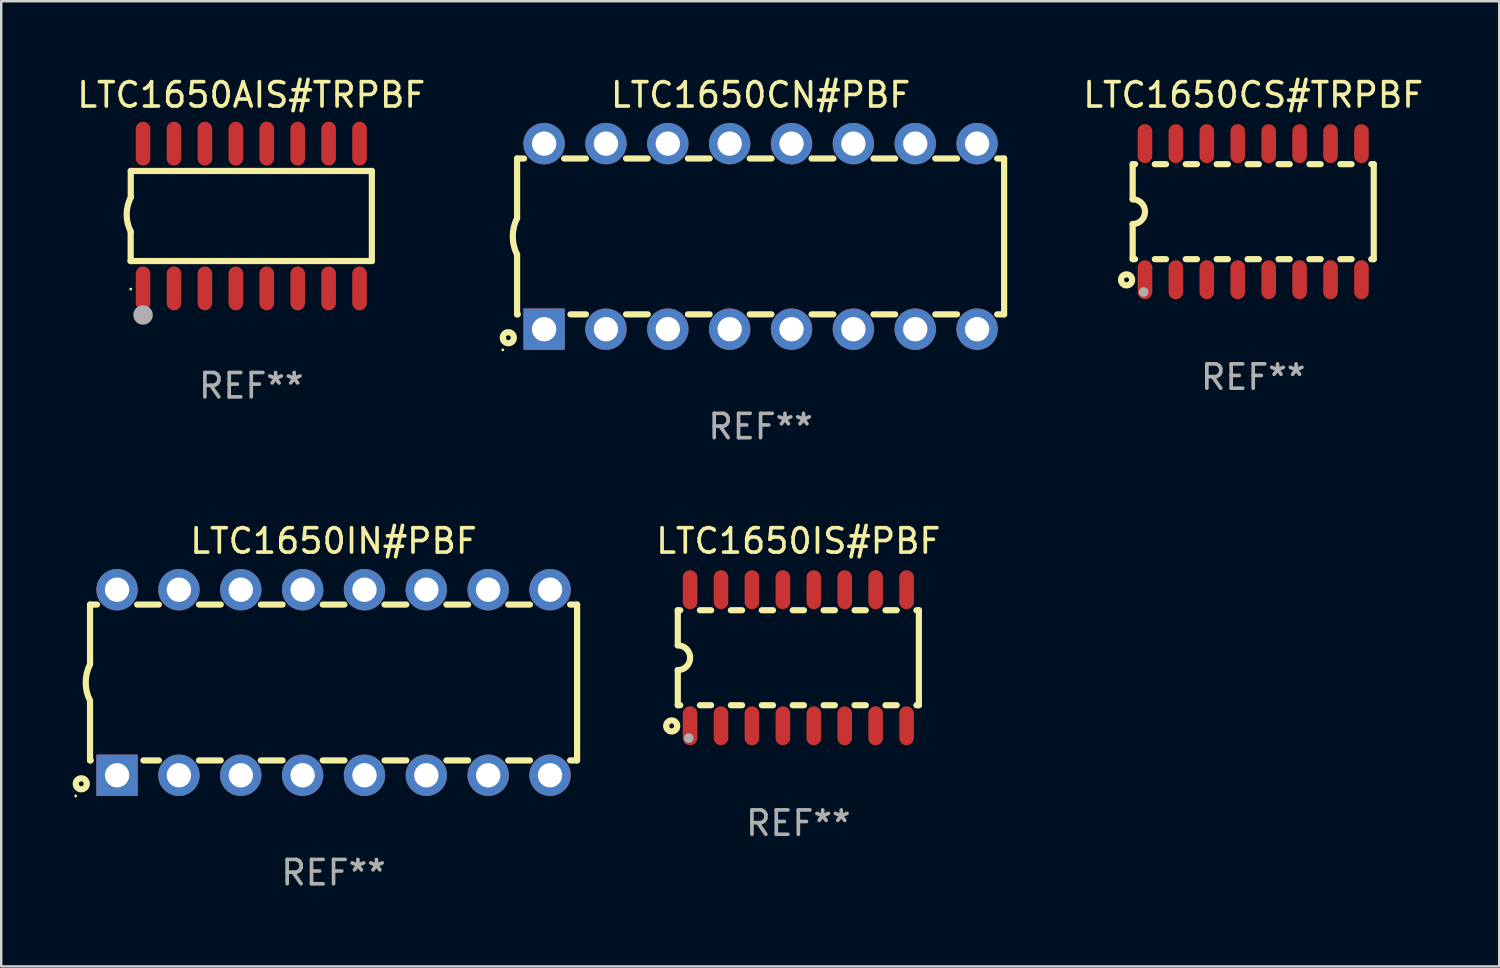
<source format=kicad_pcb>
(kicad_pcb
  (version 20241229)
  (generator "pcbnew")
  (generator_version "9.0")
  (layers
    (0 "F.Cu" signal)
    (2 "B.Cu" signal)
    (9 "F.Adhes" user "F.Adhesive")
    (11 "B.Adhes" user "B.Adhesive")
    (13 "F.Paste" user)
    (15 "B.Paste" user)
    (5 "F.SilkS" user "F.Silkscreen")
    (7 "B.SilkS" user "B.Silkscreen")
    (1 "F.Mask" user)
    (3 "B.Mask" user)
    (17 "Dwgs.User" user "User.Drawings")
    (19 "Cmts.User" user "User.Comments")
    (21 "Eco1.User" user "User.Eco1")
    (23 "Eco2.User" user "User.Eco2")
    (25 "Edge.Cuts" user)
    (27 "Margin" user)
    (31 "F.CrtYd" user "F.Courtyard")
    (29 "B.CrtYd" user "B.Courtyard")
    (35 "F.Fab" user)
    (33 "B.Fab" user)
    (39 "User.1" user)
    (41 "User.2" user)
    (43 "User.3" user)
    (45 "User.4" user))
  (footprint "LTC1650IN#PBF"
    (layer "F.Cu")
    (at 10.647 24.975)
    (property "Reference" "LTC1650IN#PBF" (at 0 -5.81 0) (layer "F.SilkS") (effects (font (size 1 1) (thickness 0.15))))
    (attr through_hole)
    (fp_line (start -10 -3.2) (end -10 -0.75) (stroke (width 0.254) (type solid)) (layer "F.SilkS"))
    (fp_line (start -10 -3.2) (end -9.713 -3.2) (stroke (width 0.254) (type solid)) (layer "F.SilkS"))
    (fp_line (start -10 3.2) (end -10 0.75) (stroke (width 0.254) (type solid)) (layer "F.SilkS"))
    (fp_line (start -10 3.2) (end -9.971 3.2) (stroke (width 0.254) (type solid)) (layer "F.SilkS"))
    (fp_line (start -8.067 -3.2) (end -7.173 -3.2) (stroke (width 0.254) (type solid)) (layer "F.SilkS"))
    (fp_line (start -7.809 3.2) (end -7.173 3.2) (stroke (width 0.254) (type solid)) (layer "F.SilkS"))
    (fp_line (start -5.527 3.2) (end -4.633 3.2) (stroke (width 0.254) (type solid)) (layer "F.SilkS"))
    (fp_line (start -5.527 -3.2) (end -4.633 -3.2) (stroke (width 0.254) (type solid)) (layer "F.SilkS"))
    (fp_line (start -2.987 3.2) (end -2.093 3.2) (stroke (width 0.254) (type solid)) (layer "F.SilkS"))
    (fp_line (start -2.987 -3.2) (end -2.093 -3.2) (stroke (width 0.254) (type solid)) (layer "F.SilkS"))
    (fp_line (start -0.447 3.2) (end 0.447 3.2) (stroke (width 0.254) (type solid)) (layer "F.SilkS"))
    (fp_line (start -0.447 -3.2) (end 0.447 -3.2) (stroke (width 0.254) (type solid)) (layer "F.SilkS"))
    (fp_line (start 2.093 3.2) (end 2.987 3.2) (stroke (width 0.254) (type solid)) (layer "F.SilkS"))
    (fp_line (start 2.093 -3.2) (end 2.987 -3.2) (stroke (width 0.254) (type solid)) (layer "F.SilkS"))
    (fp_line (start 4.633 3.2) (end 5.527 3.2) (stroke (width 0.254) (type solid)) (layer "F.SilkS"))
    (fp_line (start 4.633 -3.2) (end 5.527 -3.2) (stroke (width 0.254) (type solid)) (layer "F.SilkS"))
    (fp_line (start 7.173 3.2) (end 8.067 3.2) (stroke (width 0.254) (type solid)) (layer "F.SilkS"))
    (fp_line (start 7.173 -3.2) (end 8.067 -3.2) (stroke (width 0.254) (type solid)) (layer "F.SilkS"))
    (fp_line (start 9.713 3.2) (end 10 3.2) (stroke (width 0.254) (type solid)) (layer "F.SilkS"))
    (fp_line (start 9.713 -3.2) (end 10 -3.2) (stroke (width 0.254) (type solid)) (layer "F.SilkS"))
    (fp_line (start 10 -3.2) (end 10 3.2) (stroke (width 0.254) (type solid)) (layer "F.SilkS"))
    (fp_arc (start -10 0.748793) (mid -10.176918 -0.000607) (end -10.000025 -0.750013) (stroke (width 0.254001) (type solid)) (layer "F.SilkS"))
    (fp_circle (center -10.587 4.66) (end -10.557 4.66) (stroke (width 0.06) (type solid)) (fill no) (layer "F.SilkS"))
    (fp_circle (center -10.36 4.16) (end -10.26 4.16) (stroke (width 0.254) (type solid)) (fill no) (layer "F.SilkS"))
    (fp_text user "REF**" (at 0 7.81 0) (layer "F.Fab") (effects (font (size 1 1) (thickness 0.15))))
    (pad "1" thru_hole rect (at -8.89 3.81 90) (size 1.7 1.7) (drill 1) (layers "*.Cu" "*.Mask"))
    (pad "2" thru_hole circle (at -6.35 3.81) (size 1.7 1.7) (drill 1) (layers "*.Cu" "*.Mask"))
    (pad "3" thru_hole circle (at -3.81 3.81) (size 1.7 1.7) (drill 1) (layers "*.Cu" "*.Mask"))
    (pad "4" thru_hole circle (at -1.27 3.81) (size 1.7 1.7) (drill 1) (layers "*.Cu" "*.Mask"))
    (pad "5" thru_hole circle (at 1.27 3.81) (size 1.7 1.7) (drill 1) (layers "*.Cu" "*.Mask"))
    (pad "6" thru_hole circle (at 3.81 3.81) (size 1.7 1.7) (drill 1) (layers "*.Cu" "*.Mask"))
    (pad "7" thru_hole circle (at 6.35 3.81) (size 1.7 1.7) (drill 1) (layers "*.Cu" "*.Mask"))
    (pad "8" thru_hole circle (at 8.89 3.81) (size 1.7 1.7) (drill 1) (layers "*.Cu" "*.Mask"))
    (pad "9" thru_hole circle (at 8.89 -3.81) (size 1.7 1.7) (drill 1) (layers "*.Cu" "*.Mask"))
    (pad "10" thru_hole circle (at 6.35 -3.81) (size 1.7 1.7) (drill 1) (layers "*.Cu" "*.Mask"))
    (pad "11" thru_hole circle (at 3.81 -3.81) (size 1.7 1.7) (drill 1) (layers "*.Cu" "*.Mask"))
    (pad "12" thru_hole circle (at 1.27 -3.81) (size 1.7 1.7) (drill 1) (layers "*.Cu" "*.Mask"))
    (pad "13" thru_hole circle (at -1.27 -3.81) (size 1.7 1.7) (drill 1) (layers "*.Cu" "*.Mask"))
    (pad "14" thru_hole circle (at -3.81 -3.81) (size 1.7 1.7) (drill 1) (layers "*.Cu" "*.Mask"))
    (pad "15" thru_hole circle (at -6.35 -3.81) (size 1.7 1.7) (drill 1) (layers "*.Cu" "*.Mask"))
    (pad "16" thru_hole circle (at -8.89 -3.81) (size 1.7 1.7) (drill 1) (layers "*.Cu" "*.Mask")))
  (footprint "LTC1650CN#PBF"
    (layer "F.Cu")
    (at 28.183 6.658)
    (property "Reference" "LTC1650CN#PBF" (at 0 -5.81 0) (layer "F.SilkS") (effects (font (size 1 1) (thickness 0.15))))
    (attr through_hole)
    (fp_line (start -10 -3.2) (end -10 -0.75) (stroke (width 0.254) (type solid)) (layer "F.SilkS"))
    (fp_line (start -10 -3.2) (end -9.713 -3.2) (stroke (width 0.254) (type solid)) (layer "F.SilkS"))
    (fp_line (start -10 3.2) (end -10 0.75) (stroke (width 0.254) (type solid)) (layer "F.SilkS"))
    (fp_line (start -10 3.2) (end -9.971 3.2) (stroke (width 0.254) (type solid)) (layer "F.SilkS"))
    (fp_line (start -8.067 -3.2) (end -7.173 -3.2) (stroke (width 0.254) (type solid)) (layer "F.SilkS"))
    (fp_line (start -7.809 3.2) (end -7.173 3.2) (stroke (width 0.254) (type solid)) (layer "F.SilkS"))
    (fp_line (start -5.527 3.2) (end -4.633 3.2) (stroke (width 0.254) (type solid)) (layer "F.SilkS"))
    (fp_line (start -5.527 -3.2) (end -4.633 -3.2) (stroke (width 0.254) (type solid)) (layer "F.SilkS"))
    (fp_line (start -2.987 3.2) (end -2.093 3.2) (stroke (width 0.254) (type solid)) (layer "F.SilkS"))
    (fp_line (start -2.987 -3.2) (end -2.093 -3.2) (stroke (width 0.254) (type solid)) (layer "F.SilkS"))
    (fp_line (start -0.447 3.2) (end 0.447 3.2) (stroke (width 0.254) (type solid)) (layer "F.SilkS"))
    (fp_line (start -0.447 -3.2) (end 0.447 -3.2) (stroke (width 0.254) (type solid)) (layer "F.SilkS"))
    (fp_line (start 2.093 3.2) (end 2.987 3.2) (stroke (width 0.254) (type solid)) (layer "F.SilkS"))
    (fp_line (start 2.093 -3.2) (end 2.987 -3.2) (stroke (width 0.254) (type solid)) (layer "F.SilkS"))
    (fp_line (start 4.633 3.2) (end 5.527 3.2) (stroke (width 0.254) (type solid)) (layer "F.SilkS"))
    (fp_line (start 4.633 -3.2) (end 5.527 -3.2) (stroke (width 0.254) (type solid)) (layer "F.SilkS"))
    (fp_line (start 7.173 3.2) (end 8.067 3.2) (stroke (width 0.254) (type solid)) (layer "F.SilkS"))
    (fp_line (start 7.173 -3.2) (end 8.067 -3.2) (stroke (width 0.254) (type solid)) (layer "F.SilkS"))
    (fp_line (start 9.713 3.2) (end 10 3.2) (stroke (width 0.254) (type solid)) (layer "F.SilkS"))
    (fp_line (start 9.713 -3.2) (end 10 -3.2) (stroke (width 0.254) (type solid)) (layer "F.SilkS"))
    (fp_line (start 10 -3.2) (end 10 3.2) (stroke (width 0.254) (type solid)) (layer "F.SilkS"))
    (fp_arc (start -10 0.748793) (mid -10.176918 -0.000607) (end -10.000025 -0.750013) (stroke (width 0.254001) (type solid)) (layer "F.SilkS"))
    (fp_circle (center -10.587 4.66) (end -10.557 4.66) (stroke (width 0.06) (type solid)) (fill no) (layer "F.SilkS"))
    (fp_circle (center -10.36 4.16) (end -10.26 4.16) (stroke (width 0.254) (type solid)) (fill no) (layer "F.SilkS"))
    (fp_text user "REF**" (at 0 7.81 0) (layer "F.Fab") (effects (font (size 1 1) (thickness 0.15))))
    (pad "1" thru_hole rect (at -8.89 3.81 90) (size 1.7 1.7) (drill 1) (layers "*.Cu" "*.Mask"))
    (pad "2" thru_hole circle (at -6.35 3.81) (size 1.7 1.7) (drill 1) (layers "*.Cu" "*.Mask"))
    (pad "3" thru_hole circle (at -3.81 3.81) (size 1.7 1.7) (drill 1) (layers "*.Cu" "*.Mask"))
    (pad "4" thru_hole circle (at -1.27 3.81) (size 1.7 1.7) (drill 1) (layers "*.Cu" "*.Mask"))
    (pad "5" thru_hole circle (at 1.27 3.81) (size 1.7 1.7) (drill 1) (layers "*.Cu" "*.Mask"))
    (pad "6" thru_hole circle (at 3.81 3.81) (size 1.7 1.7) (drill 1) (layers "*.Cu" "*.Mask"))
    (pad "7" thru_hole circle (at 6.35 3.81) (size 1.7 1.7) (drill 1) (layers "*.Cu" "*.Mask"))
    (pad "8" thru_hole circle (at 8.89 3.81) (size 1.7 1.7) (drill 1) (layers "*.Cu" "*.Mask"))
    (pad "9" thru_hole circle (at 8.89 -3.81) (size 1.7 1.7) (drill 1) (layers "*.Cu" "*.Mask"))
    (pad "10" thru_hole circle (at 6.35 -3.81) (size 1.7 1.7) (drill 1) (layers "*.Cu" "*.Mask"))
    (pad "11" thru_hole circle (at 3.81 -3.81) (size 1.7 1.7) (drill 1) (layers "*.Cu" "*.Mask"))
    (pad "12" thru_hole circle (at 1.27 -3.81) (size 1.7 1.7) (drill 1) (layers "*.Cu" "*.Mask"))
    (pad "13" thru_hole circle (at -1.27 -3.81) (size 1.7 1.7) (drill 1) (layers "*.Cu" "*.Mask"))
    (pad "14" thru_hole circle (at -3.81 -3.81) (size 1.7 1.7) (drill 1) (layers "*.Cu" "*.Mask"))
    (pad "15" thru_hole circle (at -6.35 -3.81) (size 1.7 1.7) (drill 1) (layers "*.Cu" "*.Mask"))
    (pad "16" thru_hole circle (at -8.89 -3.81) (size 1.7 1.7) (drill 1) (layers "*.Cu" "*.Mask")))
  (footprint "LTC1650CS#TRPBF"
    (layer "F.Cu")
    (at 48.411 5.642)
    (property "Reference" "LTC1650CS#TRPBF" (at 0 -4.794 0) (layer "F.SilkS") (effects (font (size 1 1) (thickness 0.15))))
    (attr through_hole)
    (fp_line (start -4.95 -1.95) (end -4.95 -0.508) (stroke (width 0.254) (type solid)) (layer "F.SilkS"))
    (fp_line (start -4.95 -1.95) (end -4.849 -1.95) (stroke (width 0.254) (type solid)) (layer "F.SilkS"))
    (fp_line (start -4.95 1.95) (end -4.95 0.508) (stroke (width 0.254) (type solid)) (layer "F.SilkS"))
    (fp_line (start -4.95 1.95) (end -4.849 1.95) (stroke (width 0.254) (type solid)) (layer "F.SilkS"))
    (fp_line (start -4.041 -1.95) (end -3.579 -1.95) (stroke (width 0.254) (type solid)) (layer "F.SilkS"))
    (fp_line (start -4.041 1.95) (end -3.579 1.95) (stroke (width 0.254) (type solid)) (layer "F.SilkS"))
    (fp_line (start -2.771 -1.95) (end -2.309 -1.95) (stroke (width 0.254) (type solid)) (layer "F.SilkS"))
    (fp_line (start -2.771 1.95) (end -2.309 1.95) (stroke (width 0.254) (type solid)) (layer "F.SilkS"))
    (fp_line (start -1.501 -1.95) (end -1.039 -1.95) (stroke (width 0.254) (type solid)) (layer "F.SilkS"))
    (fp_line (start -1.501 1.95) (end -1.039 1.95) (stroke (width 0.254) (type solid)) (layer "F.SilkS"))
    (fp_line (start -0.231 -1.95) (end 0.231 -1.95) (stroke (width 0.254) (type solid)) (layer "F.SilkS"))
    (fp_line (start -0.231 1.95) (end 0.231 1.95) (stroke (width 0.254) (type solid)) (layer "F.SilkS"))
    (fp_line (start 1.039 -1.95) (end 1.501 -1.95) (stroke (width 0.254) (type solid)) (layer "F.SilkS"))
    (fp_line (start 1.039 1.95) (end 1.501 1.95) (stroke (width 0.254) (type solid)) (layer "F.SilkS"))
    (fp_line (start 2.309 -1.95) (end 2.771 -1.95) (stroke (width 0.254) (type solid)) (layer "F.SilkS"))
    (fp_line (start 2.309 1.95) (end 2.771 1.95) (stroke (width 0.254) (type solid)) (layer "F.SilkS"))
    (fp_line (start 3.579 -1.95) (end 4.041 -1.95) (stroke (width 0.254) (type solid)) (layer "F.SilkS"))
    (fp_line (start 3.579 1.95) (end 4.041 1.95) (stroke (width 0.254) (type solid)) (layer "F.SilkS"))
    (fp_line (start 4.849 -1.95) (end 4.95 -1.95) (stroke (width 0.254) (type solid)) (layer "F.SilkS"))
    (fp_line (start 4.849 1.95) (end 4.95 1.95) (stroke (width 0.254) (type solid)) (layer "F.SilkS"))
    (fp_line (start 4.95 -1.95) (end 4.95 1.95) (stroke (width 0.254) (type solid)) (layer "F.SilkS"))
    (fp_arc (start -4.95047 -0.508001) (mid -4.442469 -0.000228) (end -4.950013 0.508001) (stroke (width 0.254001) (type solid)) (layer "F.SilkS"))
    (fp_circle (center -5.2 2.8) (end -5.1 2.8) (stroke (width 0.254) (type solid)) (fill no) (layer "F.SilkS"))
    (fp_circle (center -4.95 2.947) (end -4.92 2.947) (stroke (width 0.06) (type solid)) (fill no) (layer "F.SilkS"))
    (fp_circle (center -4.5 3.3) (end -4.4 3.3) (stroke (width 0.2) (type solid)) (fill no) (layer "F.Fab"))
    (fp_text user "REF**" (at 0 6.794 0) (layer "F.Fab") (effects (font (size 1 1) (thickness 0.15))))
    (pad "1" smd oval (at -4.445 2.794) (size 0.6 1.6) (layers "F.Cu" "F.Mask" "F.Paste"))
    (pad "2" smd oval (at -3.175 2.794) (size 0.6 1.6) (layers "F.Cu" "F.Mask" "F.Paste"))
    (pad "3" smd oval (at -1.905 2.794) (size 0.6 1.6) (layers "F.Cu" "F.Mask" "F.Paste"))
    (pad "4" smd oval (at -0.635 2.794) (size 0.6 1.6) (layers "F.Cu" "F.Mask" "F.Paste"))
    (pad "5" smd oval (at 0.635 2.794) (size 0.6 1.6) (layers "F.Cu" "F.Mask" "F.Paste"))
    (pad "6" smd oval (at 1.905 2.794) (size 0.6 1.6) (layers "F.Cu" "F.Mask" "F.Paste"))
    (pad "7" smd oval (at 3.175 2.794) (size 0.6 1.6) (layers "F.Cu" "F.Mask" "F.Paste"))
    (pad "8" smd oval (at 4.445 2.794) (size 0.6 1.6) (layers "F.Cu" "F.Mask" "F.Paste"))
    (pad "9" smd oval (at 4.445 -2.794) (size 0.6 1.6) (layers "F.Cu" "F.Mask" "F.Paste"))
    (pad "10" smd oval (at 3.175 -2.794) (size 0.6 1.6) (layers "F.Cu" "F.Mask" "F.Paste"))
    (pad "11" smd oval (at 1.905 -2.794) (size 0.6 1.6) (layers "F.Cu" "F.Mask" "F.Paste"))
    (pad "12" smd oval (at 0.635 -2.794) (size 0.6 1.6) (layers "F.Cu" "F.Mask" "F.Paste"))
    (pad "13" smd oval (at -0.635 -2.794) (size 0.6 1.6) (layers "F.Cu" "F.Mask" "F.Paste"))
    (pad "14" smd oval (at -1.905 -2.794) (size 0.6 1.6) (layers "F.Cu" "F.Mask" "F.Paste"))
    (pad "15" smd oval (at -3.175 -2.794) (size 0.6 1.6) (layers "F.Cu" "F.Mask" "F.Paste"))
    (pad "16" smd oval (at -4.445 -2.794) (size 0.6 1.6) (layers "F.Cu" "F.Mask" "F.Paste")))
  (footprint "LTC1650IS#PBF"
    (layer "F.Cu")
    (at 29.732 23.959)
    (property "Reference" "LTC1650IS#PBF" (at 0 -4.794 0) (layer "F.SilkS") (effects (font (size 1 1) (thickness 0.15))))
    (attr through_hole)
    (fp_line (start -4.95 -1.95) (end -4.95 -0.508) (stroke (width 0.254) (type solid)) (layer "F.SilkS"))
    (fp_line (start -4.95 -1.95) (end -4.849 -1.95) (stroke (width 0.254) (type solid)) (layer "F.SilkS"))
    (fp_line (start -4.95 1.95) (end -4.95 0.508) (stroke (width 0.254) (type solid)) (layer "F.SilkS"))
    (fp_line (start -4.95 1.95) (end -4.849 1.95) (stroke (width 0.254) (type solid)) (layer "F.SilkS"))
    (fp_line (start -4.041 -1.95) (end -3.579 -1.95) (stroke (width 0.254) (type solid)) (layer "F.SilkS"))
    (fp_line (start -4.041 1.95) (end -3.579 1.95) (stroke (width 0.254) (type solid)) (layer "F.SilkS"))
    (fp_line (start -2.771 -1.95) (end -2.309 -1.95) (stroke (width 0.254) (type solid)) (layer "F.SilkS"))
    (fp_line (start -2.771 1.95) (end -2.309 1.95) (stroke (width 0.254) (type solid)) (layer "F.SilkS"))
    (fp_line (start -1.501 -1.95) (end -1.039 -1.95) (stroke (width 0.254) (type solid)) (layer "F.SilkS"))
    (fp_line (start -1.501 1.95) (end -1.039 1.95) (stroke (width 0.254) (type solid)) (layer "F.SilkS"))
    (fp_line (start -0.231 -1.95) (end 0.231 -1.95) (stroke (width 0.254) (type solid)) (layer "F.SilkS"))
    (fp_line (start -0.231 1.95) (end 0.231 1.95) (stroke (width 0.254) (type solid)) (layer "F.SilkS"))
    (fp_line (start 1.039 -1.95) (end 1.501 -1.95) (stroke (width 0.254) (type solid)) (layer "F.SilkS"))
    (fp_line (start 1.039 1.95) (end 1.501 1.95) (stroke (width 0.254) (type solid)) (layer "F.SilkS"))
    (fp_line (start 2.309 -1.95) (end 2.771 -1.95) (stroke (width 0.254) (type solid)) (layer "F.SilkS"))
    (fp_line (start 2.309 1.95) (end 2.771 1.95) (stroke (width 0.254) (type solid)) (layer "F.SilkS"))
    (fp_line (start 3.579 -1.95) (end 4.041 -1.95) (stroke (width 0.254) (type solid)) (layer "F.SilkS"))
    (fp_line (start 3.579 1.95) (end 4.041 1.95) (stroke (width 0.254) (type solid)) (layer "F.SilkS"))
    (fp_line (start 4.849 -1.95) (end 4.95 -1.95) (stroke (width 0.254) (type solid)) (layer "F.SilkS"))
    (fp_line (start 4.849 1.95) (end 4.95 1.95) (stroke (width 0.254) (type solid)) (layer "F.SilkS"))
    (fp_line (start 4.95 -1.95) (end 4.95 1.95) (stroke (width 0.254) (type solid)) (layer "F.SilkS"))
    (fp_arc (start -4.95047 -0.508001) (mid -4.442469 -0.000228) (end -4.950013 0.508001) (stroke (width 0.254001) (type solid)) (layer "F.SilkS"))
    (fp_circle (center -5.2 2.8) (end -5.1 2.8) (stroke (width 0.254) (type solid)) (fill no) (layer "F.SilkS"))
    (fp_circle (center -4.95 2.947) (end -4.92 2.947) (stroke (width 0.06) (type solid)) (fill no) (layer "F.SilkS"))
    (fp_circle (center -4.5 3.3) (end -4.4 3.3) (stroke (width 0.2) (type solid)) (fill no) (layer "F.Fab"))
    (fp_text user "REF**" (at 0 6.794 0) (layer "F.Fab") (effects (font (size 1 1) (thickness 0.15))))
    (pad "1" smd oval (at -4.445 2.794) (size 0.6 1.6) (layers "F.Cu" "F.Mask" "F.Paste"))
    (pad "2" smd oval (at -3.175 2.794) (size 0.6 1.6) (layers "F.Cu" "F.Mask" "F.Paste"))
    (pad "3" smd oval (at -1.905 2.794) (size 0.6 1.6) (layers "F.Cu" "F.Mask" "F.Paste"))
    (pad "4" smd oval (at -0.635 2.794) (size 0.6 1.6) (layers "F.Cu" "F.Mask" "F.Paste"))
    (pad "5" smd oval (at 0.635 2.794) (size 0.6 1.6) (layers "F.Cu" "F.Mask" "F.Paste"))
    (pad "6" smd oval (at 1.905 2.794) (size 0.6 1.6) (layers "F.Cu" "F.Mask" "F.Paste"))
    (pad "7" smd oval (at 3.175 2.794) (size 0.6 1.6) (layers "F.Cu" "F.Mask" "F.Paste"))
    (pad "8" smd oval (at 4.445 2.794) (size 0.6 1.6) (layers "F.Cu" "F.Mask" "F.Paste"))
    (pad "9" smd oval (at 4.445 -2.794) (size 0.6 1.6) (layers "F.Cu" "F.Mask" "F.Paste"))
    (pad "10" smd oval (at 3.175 -2.794) (size 0.6 1.6) (layers "F.Cu" "F.Mask" "F.Paste"))
    (pad "11" smd oval (at 1.905 -2.794) (size 0.6 1.6) (layers "F.Cu" "F.Mask" "F.Paste"))
    (pad "12" smd oval (at 0.635 -2.794) (size 0.6 1.6) (layers "F.Cu" "F.Mask" "F.Paste"))
    (pad "13" smd oval (at -0.635 -2.794) (size 0.6 1.6) (layers "F.Cu" "F.Mask" "F.Paste"))
    (pad "14" smd oval (at -1.905 -2.794) (size 0.6 1.6) (layers "F.Cu" "F.Mask" "F.Paste"))
    (pad "15" smd oval (at -3.175 -2.794) (size 0.6 1.6) (layers "F.Cu" "F.Mask" "F.Paste"))
    (pad "16" smd oval (at -4.445 -2.794) (size 0.6 1.6) (layers "F.Cu" "F.Mask" "F.Paste")))
  (footprint "LTC1650AIS#TRPBF"
    (layer "F.Cu")
    (at 7.268 5.82)
    (property "Reference" "LTC1650AIS#TRPBF" (at 0 -4.972 0) (layer "F.SilkS") (effects (font (size 1 1) (thickness 0.15))))
    (attr through_hole)
    (fp_line (start -4.952 0.635) (end -4.952 1.85) (stroke (width 0.254) (type solid)) (layer "F.SilkS"))
    (fp_line (start -4.952 1.85) (end -4.949 1.85) (stroke (width 0.254) (type solid)) (layer "F.SilkS"))
    (fp_line (start -4.949 -1.85) (end -4.949 -0.762) (stroke (width 0.254) (type solid)) (layer "F.SilkS"))
    (fp_line (start -4.949 1.85) (end 4.952 1.85) (stroke (width 0.254) (type solid)) (layer "F.SilkS"))
    (fp_line (start 4.952 -1.85) (end -4.949 -1.85) (stroke (width 0.254) (type solid)) (layer "F.SilkS"))
    (fp_line (start 4.952 1.85) (end 4.952 -1.85) (stroke (width 0.254) (type solid)) (layer "F.SilkS"))
    (fp_arc (start -4.951524 0.635001) (mid -5.116418 -0.0635) (end -4.951524 -0.762002) (stroke (width 0.254001) (type solid)) (layer "F.SilkS"))
    (fp_circle (center -4.949 3) (end -4.919 3) (stroke (width 0.06) (type solid)) (fill no) (layer "F.SilkS"))
    (fp_circle (center -4.444 4.064) (end -4.244 4.064) (stroke (width 0.4) (type solid)) (fill no) (layer "F.Fab"))
    (fp_text user "REF**" (at 0 6.972 0) (layer "F.Fab") (effects (font (size 1 1) (thickness 0.15))))
    (pad "1" smd oval (at -4.444 2.972 180) (size 0.6 1.8) (layers "F.Cu" "F.Mask" "F.Paste"))
    (pad "2" smd oval (at -3.174 2.972 180) (size 0.6 1.8) (layers "F.Cu" "F.Mask" "F.Paste"))
    (pad "3" smd oval (at -1.904 2.972 180) (size 0.6 1.8) (layers "F.Cu" "F.Mask" "F.Paste"))
    (pad "4" smd oval (at -0.634 2.972 180) (size 0.6 1.8) (layers "F.Cu" "F.Mask" "F.Paste"))
    (pad "5" smd oval (at 0.636 2.972 180) (size 0.6 1.8) (layers "F.Cu" "F.Mask" "F.Paste"))
    (pad "6" smd oval (at 1.906 2.972 180) (size 0.6 1.8) (layers "F.Cu" "F.Mask" "F.Paste"))
    (pad "7" smd oval (at 3.176 2.972 180) (size 0.6 1.8) (layers "F.Cu" "F.Mask" "F.Paste"))
    (pad "8" smd oval (at 4.446 2.972 180) (size 0.6 1.8) (layers "F.Cu" "F.Mask" "F.Paste"))
    (pad "9" smd oval (at 4.446 -2.972 180) (size 0.6 1.8) (layers "F.Cu" "F.Mask" "F.Paste"))
    (pad "10" smd oval (at 3.176 -2.972 180) (size 0.6 1.8) (layers "F.Cu" "F.Mask" "F.Paste"))
    (pad "11" smd oval (at 1.906 -2.972 180) (size 0.6 1.8) (layers "F.Cu" "F.Mask" "F.Paste"))
    (pad "12" smd oval (at 0.636 -2.972 180) (size 0.6 1.8) (layers "F.Cu" "F.Mask" "F.Paste"))
    (pad "13" smd oval (at -0.634 -2.972 180) (size 0.6 1.8) (layers "F.Cu" "F.Mask" "F.Paste"))
    (pad "14" smd oval (at -1.904 -2.972 180) (size 0.6 1.8) (layers "F.Cu" "F.Mask" "F.Paste"))
    (pad "15" smd oval (at -3.174 -2.972 180) (size 0.6 1.8) (layers "F.Cu" "F.Mask" "F.Paste"))
    (pad "16" smd oval (at -4.444 -2.972 180) (size 0.6 1.8) (layers "F.Cu" "F.Mask" "F.Paste")))
  (gr_rect
    (start -3 -3)
    (end 58.512 36.633)
    (stroke (width 0.1) (type default))
    (fill no)
    (layer "Edge.Cuts")))
</source>
